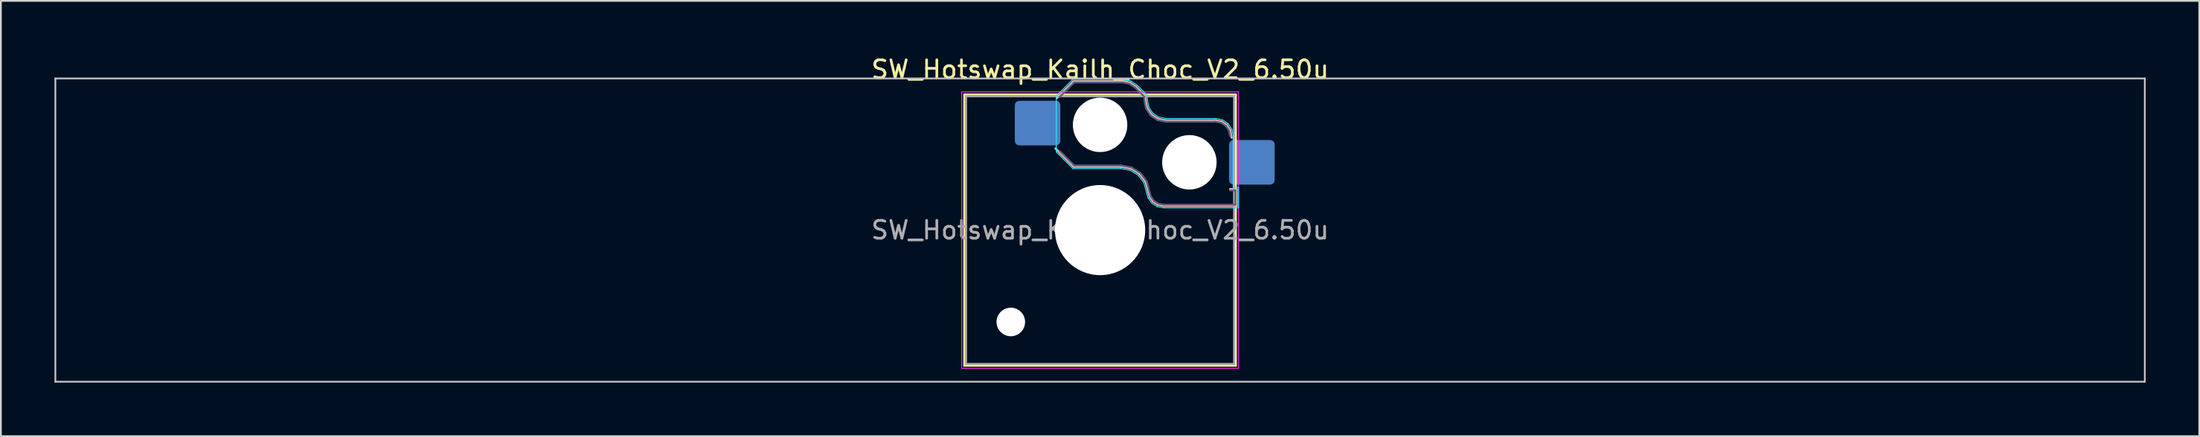
<source format=kicad_pcb>
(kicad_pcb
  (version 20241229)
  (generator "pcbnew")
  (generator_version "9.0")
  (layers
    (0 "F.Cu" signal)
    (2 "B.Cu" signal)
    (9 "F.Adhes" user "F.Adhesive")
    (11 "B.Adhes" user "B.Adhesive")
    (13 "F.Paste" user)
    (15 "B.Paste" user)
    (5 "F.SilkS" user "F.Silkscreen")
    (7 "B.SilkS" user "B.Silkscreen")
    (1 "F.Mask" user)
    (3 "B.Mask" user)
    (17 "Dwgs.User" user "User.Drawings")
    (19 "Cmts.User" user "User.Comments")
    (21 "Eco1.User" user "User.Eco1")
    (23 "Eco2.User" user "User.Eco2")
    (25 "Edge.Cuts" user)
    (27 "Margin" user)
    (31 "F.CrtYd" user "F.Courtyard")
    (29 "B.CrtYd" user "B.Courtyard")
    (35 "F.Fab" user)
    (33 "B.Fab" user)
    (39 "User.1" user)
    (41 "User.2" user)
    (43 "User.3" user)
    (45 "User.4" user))
  (footprint "SW_Hotswap_Kailh_Choc_V2_6.50u"
    (layer "F.Cu")
    (at 58.55 9.848)
    (property "Reference" "SW_Hotswap_Kailh_Choc_V2_6.50u" (at 0 -9 0) (layer "F.SilkS") (effects (font (size 1 1) (thickness 0.15))))
    (attr smd)
    (fp_line (start -7.6 -7.6) (end -7.6 7.6) (stroke (width 0.12) (type solid)) (layer "F.SilkS"))
    (fp_line (start -7.6 7.6) (end 7.6 7.6) (stroke (width 0.12) (type solid)) (layer "F.SilkS"))
    (fp_line (start 7.6 -7.6) (end -7.6 -7.6) (stroke (width 0.12) (type solid)) (layer "F.SilkS"))
    (fp_line (start 7.6 7.6) (end 7.6 -7.6) (stroke (width 0.12) (type solid)) (layer "F.SilkS"))
    (fp_line (start -2.416 -7.409) (end -1.479 -8.346) (stroke (width 0.12) (type solid)) (layer "B.SilkS"))
    (fp_line (start -1.479 -8.346) (end 1.268 -8.346) (stroke (width 0.12) (type solid)) (layer "B.SilkS"))
    (fp_line (start -1.479 -3.554) (end -2.5 -4.575) (stroke (width 0.12) (type solid)) (layer "B.SilkS"))
    (fp_line (start 1.168 -3.554) (end -1.479 -3.554) (stroke (width 0.12) (type solid)) (layer "B.SilkS"))
    (fp_line (start 1.268 -8.346) (end 1.671 -8.266) (stroke (width 0.12) (type solid)) (layer "B.SilkS"))
    (fp_line (start 1.671 -8.266) (end 2.013 -8.037) (stroke (width 0.12) (type solid)) (layer "B.SilkS"))
    (fp_line (start 1.73 -3.449) (end 1.168 -3.554) (stroke (width 0.12) (type solid)) (layer "B.SilkS"))
    (fp_line (start 2.013 -8.037) (end 2.546 -7.504) (stroke (width 0.12) (type solid)) (layer "B.SilkS"))
    (fp_line (start 2.209 -3.15) (end 1.73 -3.449) (stroke (width 0.12) (type solid)) (layer "B.SilkS"))
    (fp_line (start 2.546 -7.504) (end 2.546 -7.282) (stroke (width 0.12) (type solid)) (layer "B.SilkS"))
    (fp_line (start 2.546 -7.282) (end 2.633 -6.844) (stroke (width 0.12) (type solid)) (layer "B.SilkS"))
    (fp_line (start 2.547 -2.697) (end 2.209 -3.15) (stroke (width 0.12) (type solid)) (layer "B.SilkS"))
    (fp_line (start 2.633 -6.844) (end 2.877 -6.477) (stroke (width 0.12) (type solid)) (layer "B.SilkS"))
    (fp_line (start 2.701 -2.139) (end 2.547 -2.697) (stroke (width 0.12) (type solid)) (layer "B.SilkS"))
    (fp_line (start 2.783 -1.841) (end 2.701 -2.139) (stroke (width 0.12) (type solid)) (layer "B.SilkS"))
    (fp_line (start 2.877 -6.477) (end 3.244 -6.233) (stroke (width 0.12) (type solid)) (layer "B.SilkS"))
    (fp_line (start 2.976 -1.583) (end 2.783 -1.841) (stroke (width 0.12) (type solid)) (layer "B.SilkS"))
    (fp_line (start 3.244 -6.233) (end 3.682 -6.146) (stroke (width 0.12) (type solid)) (layer "B.SilkS"))
    (fp_line (start 3.25 -1.413) (end 2.976 -1.583) (stroke (width 0.12) (type solid)) (layer "B.SilkS"))
    (fp_line (start 3.56 -1.354) (end 3.25 -1.413) (stroke (width 0.12) (type solid)) (layer "B.SilkS"))
    (fp_line (start 3.682 -6.146) (end 6.482 -6.146) (stroke (width 0.12) (type solid)) (layer "B.SilkS"))
    (fp_line (start 6.482 -6.146) (end 6.809 -6.081) (stroke (width 0.12) (type solid)) (layer "B.SilkS"))
    (fp_line (start 6.809 -6.081) (end 7.092 -5.892) (stroke (width 0.12) (type solid)) (layer "B.SilkS"))
    (fp_line (start 7.092 -5.892) (end 7.281 -5.609) (stroke (width 0.12) (type solid)) (layer "B.SilkS"))
    (fp_line (start 7.281 -5.609) (end 7.366 -5.182) (stroke (width 0.12) (type solid)) (layer "B.SilkS"))
    (fp_line (start 7.283 -2.296) (end 7.646 -2.296) (stroke (width 0.12) (type solid)) (layer "B.SilkS"))
    (fp_line (start 7.646 -2.296) (end 7.646 -1.354) (stroke (width 0.12) (type solid)) (layer "B.SilkS"))
    (fp_line (start 7.646 -1.354) (end 3.56 -1.354) (stroke (width 0.12) (type solid)) (layer "B.SilkS"))
    (fp_line (start -58.5 -8.5) (end -58.5 8.5) (stroke (width 0.1) (type solid)) (layer "Dwgs.User"))
    (fp_line (start -58.5 8.5) (end 58.5 8.5) (stroke (width 0.1) (type solid)) (layer "Dwgs.User"))
    (fp_line (start 58.5 -8.5) (end -58.5 -8.5) (stroke (width 0.1) (type solid)) (layer "Dwgs.User"))
    (fp_line (start 58.5 8.5) (end 58.5 -8.5) (stroke (width 0.1) (type solid)) (layer "Dwgs.User"))
    (fp_line (start -7.25 -7.25) (end -7.25 7.25) (stroke (width 0.1) (type solid)) (layer "Eco1.User"))
    (fp_line (start -7.25 7.25) (end 7.25 7.25) (stroke (width 0.1) (type solid)) (layer "Eco1.User"))
    (fp_line (start 7.25 -7.25) (end -7.25 -7.25) (stroke (width 0.1) (type solid)) (layer "Eco1.User"))
    (fp_line (start 7.25 7.25) (end 7.25 -7.25) (stroke (width 0.1) (type solid)) (layer "Eco1.User"))
    (fp_line (start -2.452 -7.523) (end -1.523 -8.452) (stroke (width 0.05) (type solid)) (layer "B.CrtYd"))
    (fp_line (start -2.452 -4.377) (end -2.452 -7.523) (stroke (width 0.05) (type solid)) (layer "B.CrtYd"))
    (fp_line (start -1.523 -8.452) (end 1.278 -8.452) (stroke (width 0.05) (type solid)) (layer "B.CrtYd"))
    (fp_line (start -1.523 -3.448) (end -2.452 -4.377) (stroke (width 0.05) (type solid)) (layer "B.CrtYd"))
    (fp_line (start 1.159 -3.448) (end -1.523 -3.448) (stroke (width 0.05) (type solid)) (layer "B.CrtYd"))
    (fp_line (start 1.278 -8.452) (end 1.712 -8.366) (stroke (width 0.05) (type solid)) (layer "B.CrtYd"))
    (fp_line (start 1.691 -3.348) (end 1.159 -3.448) (stroke (width 0.05) (type solid)) (layer "B.CrtYd"))
    (fp_line (start 1.712 -8.366) (end 2.081 -8.119) (stroke (width 0.05) (type solid)) (layer "B.CrtYd"))
    (fp_line (start 2.081 -8.119) (end 2.652 -7.548) (stroke (width 0.05) (type solid)) (layer "B.CrtYd"))
    (fp_line (start 2.136 -3.071) (end 1.691 -3.348) (stroke (width 0.05) (type solid)) (layer "B.CrtYd"))
    (fp_line (start 2.45 -2.65) (end 2.136 -3.071) (stroke (width 0.05) (type solid)) (layer "B.CrtYd"))
    (fp_line (start 2.599 -2.111) (end 2.45 -2.65) (stroke (width 0.05) (type solid)) (layer "B.CrtYd"))
    (fp_line (start 2.652 -7.548) (end 2.652 -7.292) (stroke (width 0.05) (type solid)) (layer "B.CrtYd"))
    (fp_line (start 2.652 -7.292) (end 2.733 -6.885) (stroke (width 0.05) (type solid)) (layer "B.CrtYd"))
    (fp_line (start 2.687 -1.794) (end 2.599 -2.111) (stroke (width 0.05) (type solid)) (layer "B.CrtYd"))
    (fp_line (start 2.733 -6.885) (end 2.953 -6.553) (stroke (width 0.05) (type solid)) (layer "B.CrtYd"))
    (fp_line (start 2.903 -1.503) (end 2.687 -1.794) (stroke (width 0.05) (type solid)) (layer "B.CrtYd"))
    (fp_line (start 2.953 -6.553) (end 3.285 -6.333) (stroke (width 0.05) (type solid)) (layer "B.CrtYd"))
    (fp_line (start 3.211 -1.312) (end 2.903 -1.503) (stroke (width 0.05) (type solid)) (layer "B.CrtYd"))
    (fp_line (start 3.285 -6.333) (end 3.692 -6.252) (stroke (width 0.05) (type solid)) (layer "B.CrtYd"))
    (fp_line (start 3.55 -1.248) (end 3.211 -1.312) (stroke (width 0.05) (type solid)) (layer "B.CrtYd"))
    (fp_line (start 3.692 -6.252) (end 6.492 -6.252) (stroke (width 0.05) (type solid)) (layer "B.CrtYd"))
    (fp_line (start 6.492 -6.252) (end 6.85 -6.181) (stroke (width 0.05) (type solid)) (layer "B.CrtYd"))
    (fp_line (start 6.85 -6.181) (end 7.168 -5.968) (stroke (width 0.05) (type solid)) (layer "B.CrtYd"))
    (fp_line (start 7.168 -5.968) (end 7.381 -5.65) (stroke (width 0.05) (type solid)) (layer "B.CrtYd"))
    (fp_line (start 7.381 -5.65) (end 7.452 -5.292) (stroke (width 0.05) (type solid)) (layer "B.CrtYd"))
    (fp_line (start 7.452 -5.292) (end 7.452 -2.402) (stroke (width 0.05) (type solid)) (layer "B.CrtYd"))
    (fp_line (start 7.452 -2.402) (end 7.752 -2.402) (stroke (width 0.05) (type solid)) (layer "B.CrtYd"))
    (fp_line (start 7.752 -2.402) (end 7.752 -1.248) (stroke (width 0.05) (type solid)) (layer "B.CrtYd"))
    (fp_line (start 7.752 -1.248) (end 3.55 -1.248) (stroke (width 0.05) (type solid)) (layer "B.CrtYd"))
    (fp_line (start -7.75 -7.75) (end -7.75 7.75) (stroke (width 0.05) (type solid)) (layer "F.CrtYd"))
    (fp_line (start -7.75 7.75) (end 7.75 7.75) (stroke (width 0.05) (type solid)) (layer "F.CrtYd"))
    (fp_line (start 7.75 -7.75) (end -7.75 -7.75) (stroke (width 0.05) (type solid)) (layer "F.CrtYd"))
    (fp_line (start 7.75 7.75) (end 7.75 -7.75) (stroke (width 0.05) (type solid)) (layer "F.CrtYd"))
    (fp_line (start -2.275 -7.45) (end -1.45 -8.275) (stroke (width 0.1) (type solid)) (layer "B.Fab"))
    (fp_line (start -1.45 -8.275) (end 1.261 -8.275) (stroke (width 0.1) (type solid)) (layer "B.Fab"))
    (fp_line (start -1.45 -3.625) (end -2.275 -4.45) (stroke (width 0.1) (type solid)) (layer "B.Fab"))
    (fp_line (start 1.175 -3.625) (end -1.45 -3.625) (stroke (width 0.1) (type solid)) (layer "B.Fab"))
    (fp_line (start 1.261 -8.275) (end 1.643 -8.199) (stroke (width 0.1) (type solid)) (layer "B.Fab"))
    (fp_line (start 1.643 -8.199) (end 1.968 -7.982) (stroke (width 0.1) (type solid)) (layer "B.Fab"))
    (fp_line (start 1.756 -3.516) (end 1.175 -3.625) (stroke (width 0.1) (type solid)) (layer "B.Fab"))
    (fp_line (start 1.968 -7.982) (end 2.475 -7.475) (stroke (width 0.1) (type solid)) (layer "B.Fab"))
    (fp_line (start 2.258 -3.203) (end 1.756 -3.516) (stroke (width 0.1) (type solid)) (layer "B.Fab"))
    (fp_line (start 2.475 -7.475) (end 2.475 -7.275) (stroke (width 0.1) (type solid)) (layer "B.Fab"))
    (fp_line (start 2.475 -7.275) (end 2.566 -6.816) (stroke (width 0.1) (type solid)) (layer "B.Fab"))
    (fp_line (start 2.566 -6.816) (end 2.826 -6.426) (stroke (width 0.1) (type solid)) (layer "B.Fab"))
    (fp_line (start 2.612 -2.729) (end 2.258 -3.203) (stroke (width 0.1) (type solid)) (layer "B.Fab"))
    (fp_line (start 2.769 -2.158) (end 2.612 -2.729) (stroke (width 0.1) (type solid)) (layer "B.Fab"))
    (fp_line (start 2.826 -6.426) (end 3.216 -6.166) (stroke (width 0.1) (type solid)) (layer "B.Fab"))
    (fp_line (start 2.848 -1.873) (end 2.769 -2.158) (stroke (width 0.1) (type solid)) (layer "B.Fab"))
    (fp_line (start 3.025 -1.636) (end 2.848 -1.873) (stroke (width 0.1) (type solid)) (layer "B.Fab"))
    (fp_line (start 3.216 -6.166) (end 3.675 -6.075) (stroke (width 0.1) (type solid)) (layer "B.Fab"))
    (fp_line (start 3.276 -1.48) (end 3.025 -1.636) (stroke (width 0.1) (type solid)) (layer "B.Fab"))
    (fp_line (start 3.567 -1.425) (end 3.276 -1.48) (stroke (width 0.1) (type solid)) (layer "B.Fab"))
    (fp_line (start 3.675 -6.075) (end 6.475 -6.075) (stroke (width 0.1) (type solid)) (layer "B.Fab"))
    (fp_line (start 6.475 -6.075) (end 6.781 -6.014) (stroke (width 0.1) (type solid)) (layer "B.Fab"))
    (fp_line (start 6.781 -6.014) (end 7.041 -5.841) (stroke (width 0.1) (type solid)) (layer "B.Fab"))
    (fp_line (start 7.041 -5.841) (end 7.214 -5.581) (stroke (width 0.1) (type solid)) (layer "B.Fab"))
    (fp_line (start 7.214 -5.581) (end 7.275 -5.275) (stroke (width 0.1) (type solid)) (layer "B.Fab"))
    (fp_line (start 7.275 -2.225) (end 7.575 -2.225) (stroke (width 0.1) (type solid)) (layer "B.Fab"))
    (fp_line (start 7.575 -2.225) (end 7.575 -1.425) (stroke (width 0.1) (type solid)) (layer "B.Fab"))
    (fp_line (start 7.575 -1.425) (end 3.567 -1.425) (stroke (width 0.1) (type solid)) (layer "B.Fab"))
    (fp_line (start -7.5 -7.5) (end -7.5 7.5) (stroke (width 0.1) (type solid)) (layer "F.Fab"))
    (fp_line (start -7.5 7.5) (end 7.5 7.5) (stroke (width 0.1) (type solid)) (layer "F.Fab"))
    (fp_line (start 7.5 -7.5) (end -7.5 -7.5) (stroke (width 0.1) (type solid)) (layer "F.Fab"))
    (fp_line (start 7.5 7.5) (end 7.5 -7.5) (stroke (width 0.1) (type solid)) (layer "F.Fab"))
    (fp_text user "${REFERENCE}" (at 0 0 0) (layer "F.Fab") (effects (font (size 1 1) (thickness 0.15))))
    (pad "" np_thru_hole circle (at -5 5.15) (size 1.6 1.6) (drill 1.6) (layers "*.Cu" "*.Mask"))
    (pad "" np_thru_hole circle (at 0 -5.9) (size 3.05 3.05) (drill 3.05) (layers "*.Cu" "*.Mask"))
    (pad "" np_thru_hole circle (at 0 0) (size 5.05 5.05) (drill 5.05) (layers "*.Cu" "*.Mask"))
    (pad "" np_thru_hole circle (at 5 -3.8) (size 3.05 3.05) (drill 3.05) (layers "*.Cu" "*.Mask"))
    (pad "1" smd roundrect (at -3.5 -6) (size 2.55 2.5) (layers "B.Cu" "B.Mask" "B.Paste") (roundrect_rratio 0.1))
    (pad "2" smd roundrect (at 8.5 -3.8) (size 2.55 2.5) (layers "B.Cu" "B.Mask" "B.Paste") (roundrect_rratio 0.1)))
  (gr_rect
    (start -3 -3)
    (end 120.1 21.398)
    (stroke (width 0.1) (type default))
    (fill no)
    (layer "Edge.Cuts")))
</source>
